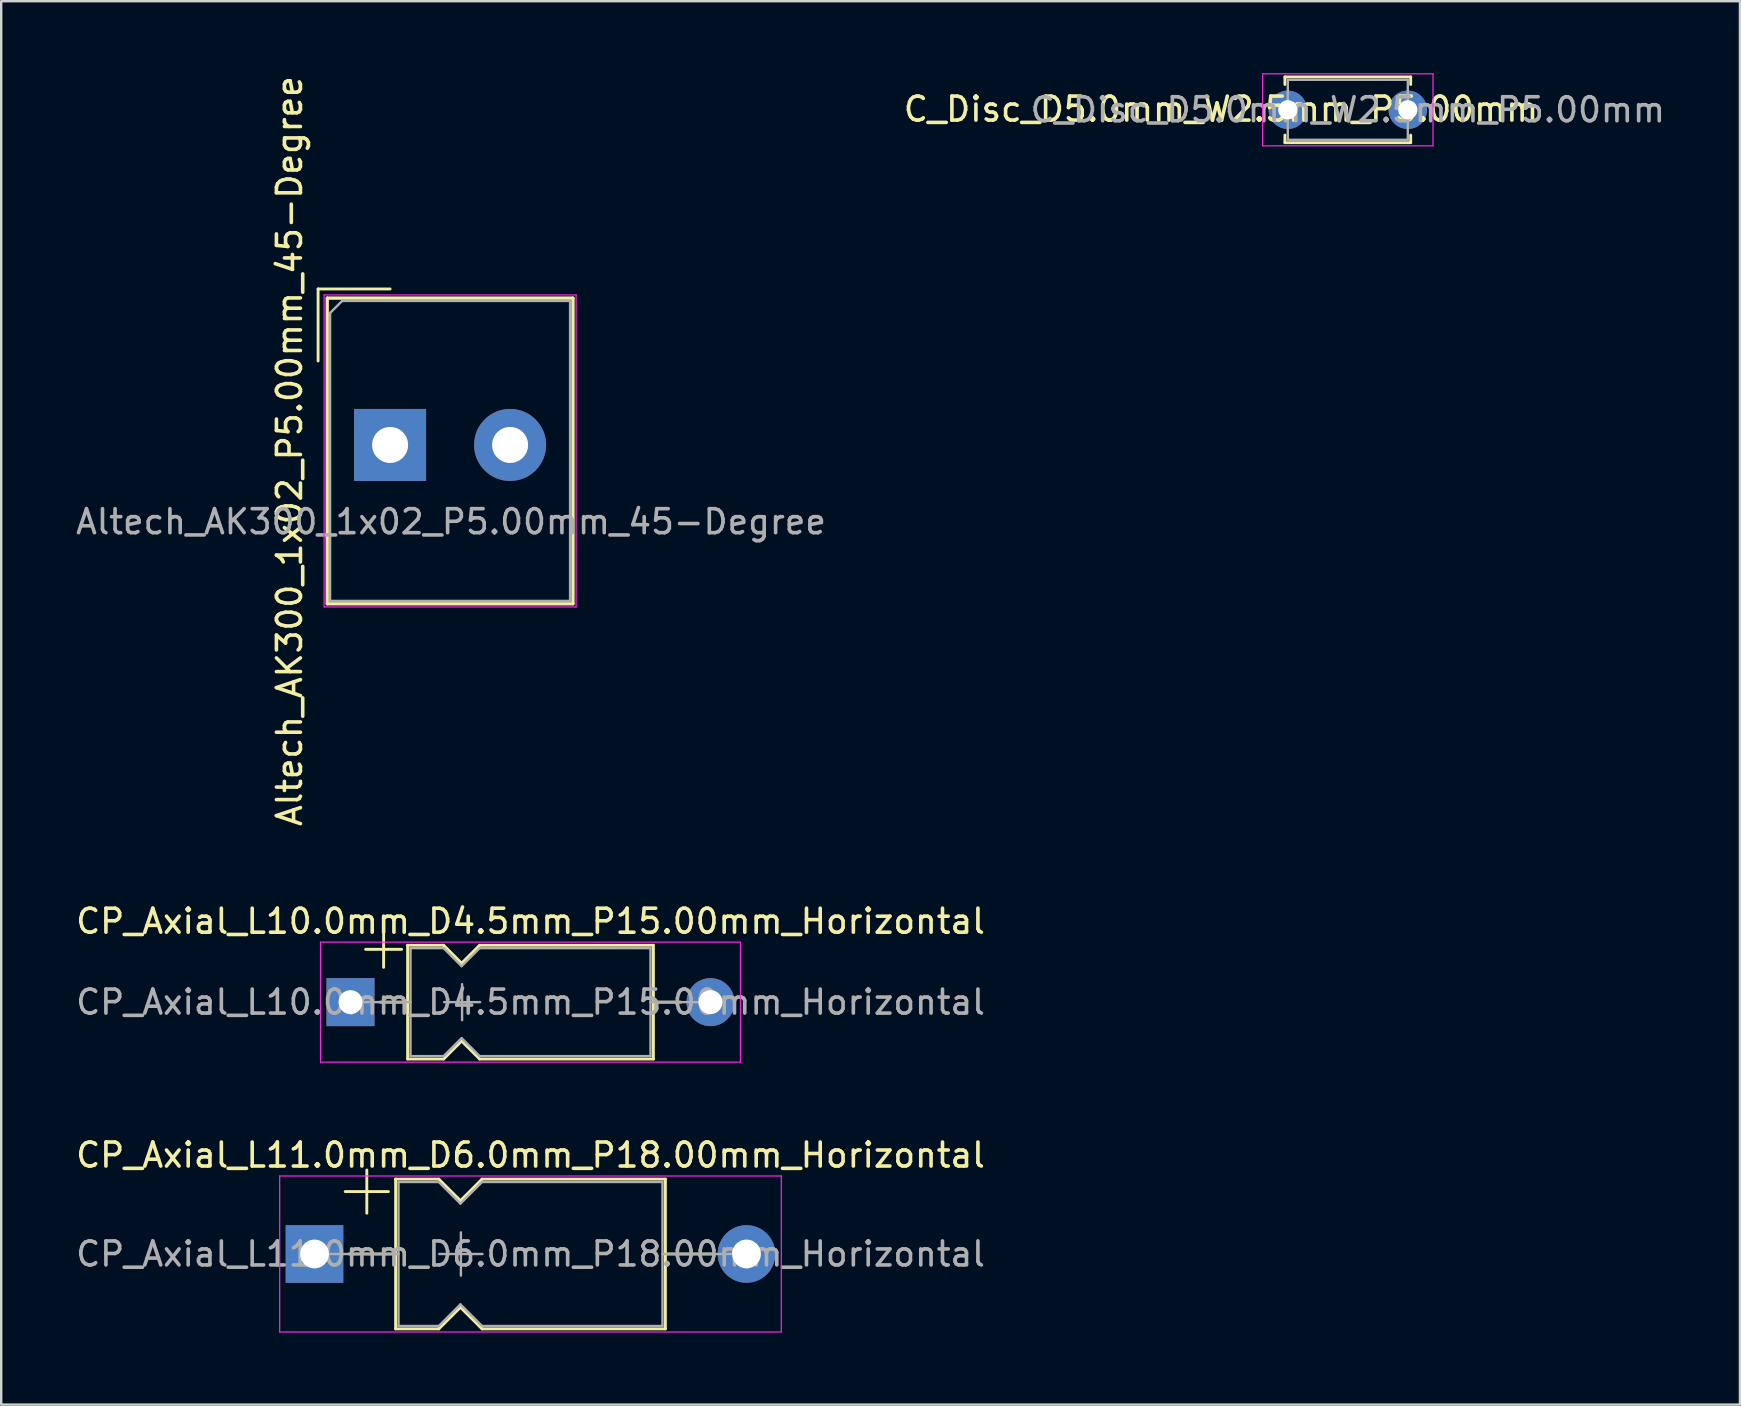
<source format=kicad_pcb>
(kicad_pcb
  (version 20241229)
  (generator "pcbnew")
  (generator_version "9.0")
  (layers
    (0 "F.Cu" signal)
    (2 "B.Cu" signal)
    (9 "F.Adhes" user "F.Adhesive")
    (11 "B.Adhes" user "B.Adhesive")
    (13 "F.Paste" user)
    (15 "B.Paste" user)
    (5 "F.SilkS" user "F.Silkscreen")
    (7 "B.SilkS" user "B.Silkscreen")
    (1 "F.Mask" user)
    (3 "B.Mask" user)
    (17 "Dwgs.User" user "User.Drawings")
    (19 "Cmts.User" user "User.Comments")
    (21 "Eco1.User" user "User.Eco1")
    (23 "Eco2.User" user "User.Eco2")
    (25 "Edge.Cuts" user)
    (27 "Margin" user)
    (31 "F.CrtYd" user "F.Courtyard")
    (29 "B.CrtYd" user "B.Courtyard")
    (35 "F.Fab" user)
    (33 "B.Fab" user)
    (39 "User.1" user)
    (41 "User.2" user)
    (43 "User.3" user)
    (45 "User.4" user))
  (footprint "C_Disc_D5.0mm_W2.5mm_P5.00mm"
    (layer "F.Cu")
    (at 50.609 1.525)
    (property "Reference" "C_Disc_D5.0mm_W2.5mm_P5.00mm" (at -2.782 -0.026 0) (layer "F.SilkS") (effects (font (size 1 1) (thickness 0.15))))
    (attr through_hole)
    (fp_line (start -0.12 -1.37) (end -0.12 -1.055) (stroke (width 0.12) (type solid)) (layer "F.SilkS"))
    (fp_line (start -0.12 -1.37) (end 5.12 -1.37) (stroke (width 0.12) (type solid)) (layer "F.SilkS"))
    (fp_line (start -0.12 1.055) (end -0.12 1.37) (stroke (width 0.12) (type solid)) (layer "F.SilkS"))
    (fp_line (start -0.12 1.37) (end 5.12 1.37) (stroke (width 0.12) (type solid)) (layer "F.SilkS"))
    (fp_line (start 5.12 -1.37) (end 5.12 -1.055) (stroke (width 0.12) (type solid)) (layer "F.SilkS"))
    (fp_line (start 5.12 1.055) (end 5.12 1.37) (stroke (width 0.12) (type solid)) (layer "F.SilkS"))
    (fp_line (start -1.05 -1.5) (end -1.05 1.5) (stroke (width 0.05) (type solid)) (layer "F.CrtYd"))
    (fp_line (start -1.05 1.5) (end 6.05 1.5) (stroke (width 0.05) (type solid)) (layer "F.CrtYd"))
    (fp_line (start 6.05 -1.5) (end -1.05 -1.5) (stroke (width 0.05) (type solid)) (layer "F.CrtYd"))
    (fp_line (start 6.05 1.5) (end 6.05 -1.5) (stroke (width 0.05) (type solid)) (layer "F.CrtYd"))
    (fp_line (start 0 -1.25) (end 0 1.25) (stroke (width 0.1) (type solid)) (layer "F.Fab"))
    (fp_line (start 0 1.25) (end 5 1.25) (stroke (width 0.1) (type solid)) (layer "F.Fab"))
    (fp_line (start 5 -1.25) (end 0 -1.25) (stroke (width 0.1) (type solid)) (layer "F.Fab"))
    (fp_line (start 5 1.25) (end 5 -1.25) (stroke (width 0.1) (type solid)) (layer "F.Fab"))
    (fp_text user "${REFERENCE}" (at 2.5 0 0) (layer "F.Fab") (effects (font (size 1 1) (thickness 0.15))))
    (pad "1" thru_hole circle (at 0 0) (size 1.6 1.6) (drill 0.8) (layers "*.Cu" "*.Mask"))
    (pad "2" thru_hole circle (at 5 0) (size 1.6 1.6) (drill 0.8) (layers "*.Cu" "*.Mask")))
  (footprint "Altech_AK300_1x02_P5.00mm_45-Degree"
    (layer "F.Cu")
    (at 13.204 15.49)
    (property "Reference" "Altech_AK300_1x02_P5.00mm_45-Degree" (at -4.191 0.254 90) (layer "F.SilkS") (effects (font (size 1 1) (thickness 0.15))))
    (attr through_hole)
    (fp_line (start -3 -6.5) (end 0 -6.5) (stroke (width 0.12) (type solid)) (layer "F.SilkS"))
    (fp_line (start -3 -3.5) (end -3 -6.5) (stroke (width 0.12) (type solid)) (layer "F.SilkS"))
    (fp_line (start -2.62 -6.12) (end -2.62 6.62) (stroke (width 0.12) (type solid)) (layer "F.SilkS"))
    (fp_line (start -2.62 -6.12) (end -2.62 6.62) (stroke (width 0.12) (type solid)) (layer "F.SilkS"))
    (fp_line (start -2.62 -6.12) (end 7.62 -6.12) (stroke (width 0.12) (type solid)) (layer "F.SilkS"))
    (fp_line (start -2.62 -6.12) (end 7.62 -6.12) (stroke (width 0.12) (type solid)) (layer "F.SilkS"))
    (fp_line (start -2.62 6.62) (end 7.62 6.62) (stroke (width 0.12) (type solid)) (layer "F.SilkS"))
    (fp_line (start -2.62 6.62) (end 7.62 6.62) (stroke (width 0.12) (type solid)) (layer "F.SilkS"))
    (fp_line (start 7.62 -6.12) (end 7.62 6.62) (stroke (width 0.12) (type solid)) (layer "F.SilkS"))
    (fp_line (start 7.62 -6.12) (end 7.62 6.62) (stroke (width 0.12) (type solid)) (layer "F.SilkS"))
    (fp_line (start -2.75 -6.25) (end -2.75 6.75) (stroke (width 0.05) (type solid)) (layer "F.CrtYd"))
    (fp_line (start -2.75 -6.25) (end 7.75 -6.25) (stroke (width 0.05) (type solid)) (layer "F.CrtYd"))
    (fp_line (start -2.75 6.75) (end 7.75 6.75) (stroke (width 0.05) (type solid)) (layer "F.CrtYd"))
    (fp_line (start 7.75 -6.25) (end 7.75 6.75) (stroke (width 0.05) (type solid)) (layer "F.CrtYd"))
    (fp_line (start -2.5 -5.5) (end -2 -6) (stroke (width 0.1) (type solid)) (layer "F.Fab"))
    (fp_line (start -2.5 6.5) (end -2.5 -5.5) (stroke (width 0.1) (type solid)) (layer "F.Fab"))
    (fp_line (start -2 -6) (end 7.5 -6) (stroke (width 0.1) (type solid)) (layer "F.Fab"))
    (fp_line (start 7.5 -6) (end 7.5 6.5) (stroke (width 0.1) (type solid)) (layer "F.Fab"))
    (fp_line (start 7.5 6.5) (end -2.5 6.5) (stroke (width 0.1) (type solid)) (layer "F.Fab"))
    (fp_text user "${REFERENCE}" (at 2.54 3.2 0) (layer "F.Fab") (effects (font (size 1 1) (thickness 0.15))))
    (pad "1" thru_hole rect (at 0 0) (size 3 3) (drill 1.5) (layers "*.Cu" "*.Mask"))
    (pad "2" thru_hole circle (at 5 0) (size 3 3) (drill 1.5) (layers "*.Cu" "*.Mask")))
  (footprint "CP_Axial_L10.0mm_D4.5mm_P15.00mm_Horizontal"
    (layer "F.Cu")
    (at 11.554 38.706)
    (property "Reference" "CP_Axial_L10.0mm_D4.5mm_P15.00mm_Horizontal" (at 7.5 -3.37 180) (layer "F.SilkS") (effects (font (size 1 1) (thickness 0.15))))
    (attr through_hole)
    (fp_line (start 0.63 -2.2) (end 2.13 -2.2) (stroke (width 0.12) (type solid)) (layer "F.SilkS"))
    (fp_line (start 1.24 0) (end 2.38 0) (stroke (width 0.12) (type solid)) (layer "F.SilkS"))
    (fp_line (start 1.38 -2.95) (end 1.38 -1.45) (stroke (width 0.12) (type solid)) (layer "F.SilkS"))
    (fp_line (start 2.38 -2.37) (end 2.38 2.37) (stroke (width 0.12) (type solid)) (layer "F.SilkS"))
    (fp_line (start 2.38 -2.37) (end 3.88 -2.37) (stroke (width 0.12) (type solid)) (layer "F.SilkS"))
    (fp_line (start 2.38 2.37) (end 3.88 2.37) (stroke (width 0.12) (type solid)) (layer "F.SilkS"))
    (fp_line (start 3.88 -2.37) (end 4.63 -1.62) (stroke (width 0.12) (type solid)) (layer "F.SilkS"))
    (fp_line (start 3.88 2.37) (end 4.63 1.62) (stroke (width 0.12) (type solid)) (layer "F.SilkS"))
    (fp_line (start 4.63 -1.62) (end 5.38 -2.37) (stroke (width 0.12) (type solid)) (layer "F.SilkS"))
    (fp_line (start 4.63 1.62) (end 5.38 2.37) (stroke (width 0.12) (type solid)) (layer "F.SilkS"))
    (fp_line (start 5.38 -2.37) (end 12.62 -2.37) (stroke (width 0.12) (type solid)) (layer "F.SilkS"))
    (fp_line (start 5.38 2.37) (end 12.62 2.37) (stroke (width 0.12) (type solid)) (layer "F.SilkS"))
    (fp_line (start 12.62 -2.37) (end 12.62 2.37) (stroke (width 0.12) (type solid)) (layer "F.SilkS"))
    (fp_line (start 13.76 0) (end 12.62 0) (stroke (width 0.12) (type solid)) (layer "F.SilkS"))
    (fp_line (start -1.25 -2.5) (end -1.25 2.5) (stroke (width 0.05) (type solid)) (layer "F.CrtYd"))
    (fp_line (start -1.25 2.5) (end 16.25 2.5) (stroke (width 0.05) (type solid)) (layer "F.CrtYd"))
    (fp_line (start 16.25 -2.5) (end -1.25 -2.5) (stroke (width 0.05) (type solid)) (layer "F.CrtYd"))
    (fp_line (start 16.25 2.5) (end 16.25 -2.5) (stroke (width 0.05) (type solid)) (layer "F.CrtYd"))
    (fp_line (start 0 0) (end 2.5 0) (stroke (width 0.1) (type solid)) (layer "F.Fab"))
    (fp_line (start 2.5 -2.25) (end 2.5 2.25) (stroke (width 0.1) (type solid)) (layer "F.Fab"))
    (fp_line (start 2.5 -2.25) (end 3.88 -2.25) (stroke (width 0.1) (type solid)) (layer "F.Fab"))
    (fp_line (start 2.5 2.25) (end 3.88 2.25) (stroke (width 0.1) (type solid)) (layer "F.Fab"))
    (fp_line (start 3.88 -2.25) (end 4.63 -1.5) (stroke (width 0.1) (type solid)) (layer "F.Fab"))
    (fp_line (start 3.88 2.25) (end 4.63 1.5) (stroke (width 0.1) (type solid)) (layer "F.Fab"))
    (fp_line (start 3.9 0) (end 5.4 0) (stroke (width 0.1) (type solid)) (layer "F.Fab"))
    (fp_line (start 4.63 -1.5) (end 5.38 -2.25) (stroke (width 0.1) (type solid)) (layer "F.Fab"))
    (fp_line (start 4.63 1.5) (end 5.38 2.25) (stroke (width 0.1) (type solid)) (layer "F.Fab"))
    (fp_line (start 4.65 -0.75) (end 4.65 0.75) (stroke (width 0.1) (type solid)) (layer "F.Fab"))
    (fp_line (start 5.38 -2.25) (end 12.5 -2.25) (stroke (width 0.1) (type solid)) (layer "F.Fab"))
    (fp_line (start 5.38 2.25) (end 12.5 2.25) (stroke (width 0.1) (type solid)) (layer "F.Fab"))
    (fp_line (start 12.5 -2.25) (end 12.5 2.25) (stroke (width 0.1) (type solid)) (layer "F.Fab"))
    (fp_line (start 15 0) (end 12.5 0) (stroke (width 0.1) (type solid)) (layer "F.Fab"))
    (fp_text user "${REFERENCE}" (at 7.5 0 180) (layer "F.Fab") (effects (font (size 1 1) (thickness 0.15))))
    (pad "1" thru_hole rect (at 0 0) (size 2 2) (drill 1) (layers "*.Cu" "*.Mask"))
    (pad "2" thru_hole oval (at 15 0) (size 2 2) (drill 1) (layers "*.Cu" "*.Mask")))
  (footprint "CP_Axial_L11.0mm_D6.0mm_P18.00mm_Horizontal"
    (layer "F.Cu")
    (at 10.054 49.2)
    (property "Reference" "CP_Axial_L11.0mm_D6.0mm_P18.00mm_Horizontal" (at 9 -4.12 180) (layer "F.SilkS") (effects (font (size 1 1) (thickness 0.15))))
    (attr through_hole)
    (fp_line (start 1.28 -2.6) (end 3.08 -2.6) (stroke (width 0.12) (type solid)) (layer "F.SilkS"))
    (fp_line (start 1.44 0) (end 3.38 0) (stroke (width 0.12) (type solid)) (layer "F.SilkS"))
    (fp_line (start 2.18 -3.5) (end 2.18 -1.7) (stroke (width 0.12) (type solid)) (layer "F.SilkS"))
    (fp_line (start 3.38 -3.12) (end 3.38 3.12) (stroke (width 0.12) (type solid)) (layer "F.SilkS"))
    (fp_line (start 3.38 -3.12) (end 5.18 -3.12) (stroke (width 0.12) (type solid)) (layer "F.SilkS"))
    (fp_line (start 3.38 3.12) (end 5.18 3.12) (stroke (width 0.12) (type solid)) (layer "F.SilkS"))
    (fp_line (start 5.18 -3.12) (end 6.08 -2.22) (stroke (width 0.12) (type solid)) (layer "F.SilkS"))
    (fp_line (start 5.18 3.12) (end 6.08 2.22) (stroke (width 0.12) (type solid)) (layer "F.SilkS"))
    (fp_line (start 6.08 -2.22) (end 6.98 -3.12) (stroke (width 0.12) (type solid)) (layer "F.SilkS"))
    (fp_line (start 6.08 2.22) (end 6.98 3.12) (stroke (width 0.12) (type solid)) (layer "F.SilkS"))
    (fp_line (start 6.98 -3.12) (end 14.62 -3.12) (stroke (width 0.12) (type solid)) (layer "F.SilkS"))
    (fp_line (start 6.98 3.12) (end 14.62 3.12) (stroke (width 0.12) (type solid)) (layer "F.SilkS"))
    (fp_line (start 14.62 -3.12) (end 14.62 3.12) (stroke (width 0.12) (type solid)) (layer "F.SilkS"))
    (fp_line (start 16.56 0) (end 14.62 0) (stroke (width 0.12) (type solid)) (layer "F.SilkS"))
    (fp_line (start -1.45 -3.25) (end -1.45 3.25) (stroke (width 0.05) (type solid)) (layer "F.CrtYd"))
    (fp_line (start -1.45 3.25) (end 19.45 3.25) (stroke (width 0.05) (type solid)) (layer "F.CrtYd"))
    (fp_line (start 19.45 -3.25) (end -1.45 -3.25) (stroke (width 0.05) (type solid)) (layer "F.CrtYd"))
    (fp_line (start 19.45 3.25) (end 19.45 -3.25) (stroke (width 0.05) (type solid)) (layer "F.CrtYd"))
    (fp_line (start 0 0) (end 3.5 0) (stroke (width 0.1) (type solid)) (layer "F.Fab"))
    (fp_line (start 3.5 -3) (end 3.5 3) (stroke (width 0.1) (type solid)) (layer "F.Fab"))
    (fp_line (start 3.5 -3) (end 5.18 -3) (stroke (width 0.1) (type solid)) (layer "F.Fab"))
    (fp_line (start 3.5 3) (end 5.18 3) (stroke (width 0.1) (type solid)) (layer "F.Fab"))
    (fp_line (start 5.18 -3) (end 6.08 -2.1) (stroke (width 0.1) (type solid)) (layer "F.Fab"))
    (fp_line (start 5.18 3) (end 6.08 2.1) (stroke (width 0.1) (type solid)) (layer "F.Fab"))
    (fp_line (start 5.2 0) (end 7 0) (stroke (width 0.1) (type solid)) (layer "F.Fab"))
    (fp_line (start 6.08 -2.1) (end 6.98 -3) (stroke (width 0.1) (type solid)) (layer "F.Fab"))
    (fp_line (start 6.08 2.1) (end 6.98 3) (stroke (width 0.1) (type solid)) (layer "F.Fab"))
    (fp_line (start 6.1 -0.9) (end 6.1 0.9) (stroke (width 0.1) (type solid)) (layer "F.Fab"))
    (fp_line (start 6.98 -3) (end 14.5 -3) (stroke (width 0.1) (type solid)) (layer "F.Fab"))
    (fp_line (start 6.98 3) (end 14.5 3) (stroke (width 0.1) (type solid)) (layer "F.Fab"))
    (fp_line (start 14.5 -3) (end 14.5 3) (stroke (width 0.1) (type solid)) (layer "F.Fab"))
    (fp_line (start 18 0) (end 14.5 0) (stroke (width 0.1) (type solid)) (layer "F.Fab"))
    (fp_text user "${REFERENCE}" (at 9 0 180) (layer "F.Fab") (effects (font (size 1 1) (thickness 0.15))))
    (pad "1" thru_hole rect (at 0 0) (size 2.4 2.4) (drill 1.2) (layers "*.Cu" "*.Mask"))
    (pad "2" thru_hole oval (at 18 0) (size 2.4 2.4) (drill 1.2) (layers "*.Cu" "*.Mask")))
  (gr_rect
    (start -3 -3)
    (end 69.449 55.475)
    (stroke (width 0.1) (type default))
    (fill no)
    (layer "Edge.Cuts")))
</source>
